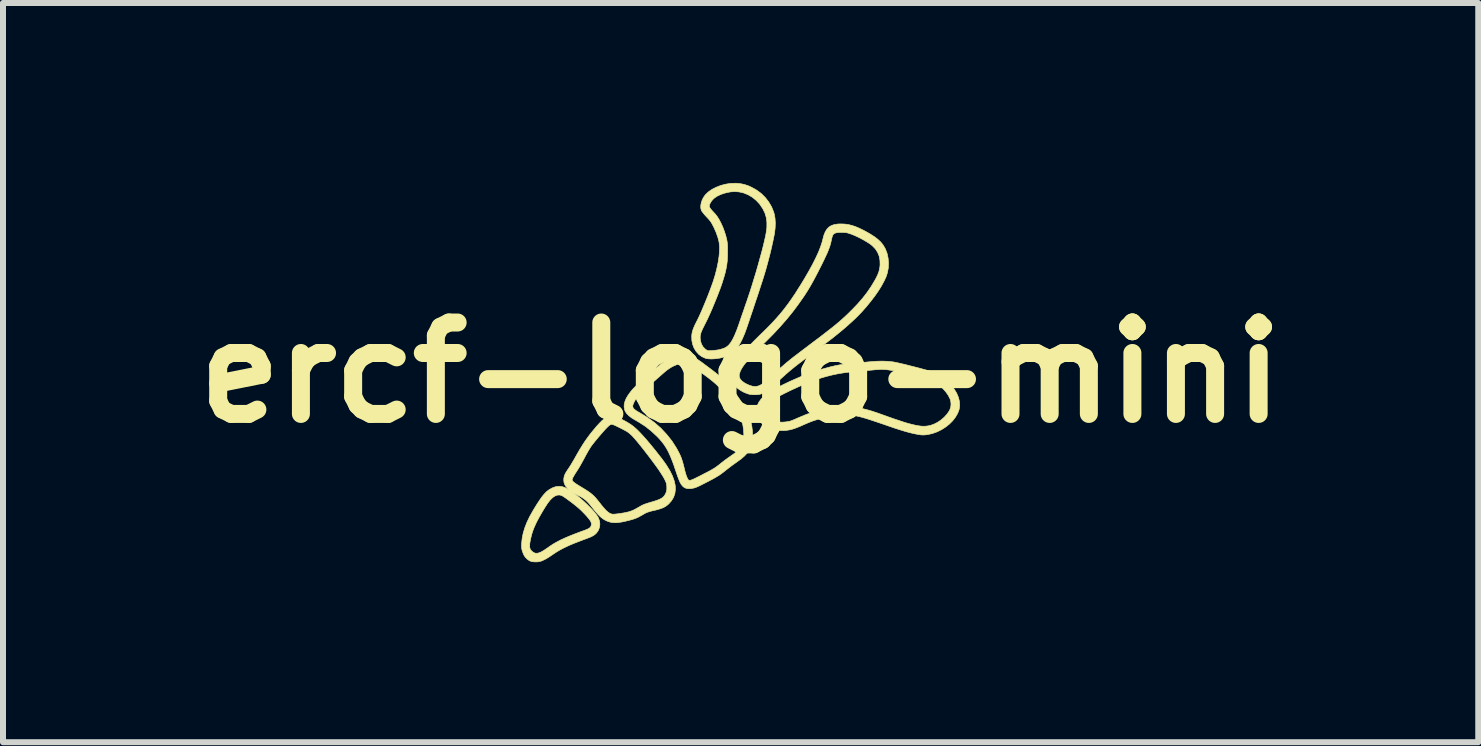
<source format=kicad_pcb>
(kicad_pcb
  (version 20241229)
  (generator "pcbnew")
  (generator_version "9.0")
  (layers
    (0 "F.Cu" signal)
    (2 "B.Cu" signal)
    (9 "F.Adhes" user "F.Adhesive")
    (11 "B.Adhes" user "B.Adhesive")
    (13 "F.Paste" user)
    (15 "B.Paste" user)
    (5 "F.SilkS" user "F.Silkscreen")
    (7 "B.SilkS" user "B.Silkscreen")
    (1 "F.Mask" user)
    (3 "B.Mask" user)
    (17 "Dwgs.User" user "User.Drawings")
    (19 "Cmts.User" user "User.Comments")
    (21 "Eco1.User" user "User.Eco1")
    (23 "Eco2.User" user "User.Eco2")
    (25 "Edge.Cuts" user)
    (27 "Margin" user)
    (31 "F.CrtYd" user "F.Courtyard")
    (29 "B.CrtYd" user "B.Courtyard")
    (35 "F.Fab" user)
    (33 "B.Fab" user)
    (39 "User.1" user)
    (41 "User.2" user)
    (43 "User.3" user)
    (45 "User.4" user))
  (footprint "ercf-logo-mini"
    (layer "F.Cu")
    (at 9.296 3.161)
    (property "Reference" "ercf-logo-mini" (at 0 0 0) (layer "F.SilkS") (effects (font (size 1.524 1.524) (thickness 0.3))))
    (attr through_hole)
    (fp_poly (pts (xy 2.443 -0.188) (xy 2.52 -0.181) (xy 2.561 -0.175) (xy 2.594 -0.168) (xy 2.637 -0.159) (xy 2.688 -0.147) (xy 2.745 -0.134) (xy 2.806 -0.118) (xy 2.869 -0.102) (xy 2.933 -0.086) (xy 2.994 -0.07) (xy 3.052 -0.054) (xy 3.104 -0.04) (xy 3.148 -0.027) (xy 3.183 -0.016) (xy 3.206 -0.008) (xy 3.295 0.033) (xy 3.374 0.082) (xy 3.446 0.142) (xy 3.509 0.207) (xy 3.561 0.275) (xy 3.602 0.343) (xy 3.631 0.412) (xy 3.648 0.48) (xy 3.652 0.547) (xy 3.644 0.611) (xy 3.642 0.618) (xy 3.618 0.681) (xy 3.582 0.743) (xy 3.536 0.803) (xy 3.481 0.858) (xy 3.418 0.908) (xy 3.349 0.952) (xy 3.276 0.988) (xy 3.2 1.015) (xy 3.123 1.033) (xy 3.075 1.039) (xy 3.048 1.04) (xy 3.024 1.04) (xy 3.01 1.039) (xy 2.95 1.03) (xy 2.885 1.017) (xy 2.814 1) (xy 2.735 0.978) (xy 2.647 0.951) (xy 2.548 0.919) (xy 2.482 0.896) (xy 2.381 0.861) (xy 2.293 0.831) (xy 2.215 0.805) (xy 2.146 0.782) (xy 2.086 0.763) (xy 2.032 0.748) (xy 1.985 0.735) (xy 1.942 0.726) (xy 1.902 0.718) (xy 1.865 0.713) (xy 1.828 0.71) (xy 1.792 0.708) (xy 1.754 0.708) (xy 1.713 0.709) (xy 1.696 0.709) (xy 1.633 0.712) (xy 1.577 0.716) (xy 1.525 0.723) (xy 1.471 0.733) (xy 1.412 0.746) (xy 1.363 0.758) (xy 1.296 0.777) (xy 1.236 0.796) (xy 1.176 0.817) (xy 1.114 0.842) (xy 1.05 0.87) (xy 0.98 0.901) (xy 0.919 0.925) (xy 0.865 0.943) (xy 0.816 0.955) (xy 0.768 0.963) (xy 0.721 0.967) (xy 0.671 0.966) (xy 0.656 0.966) (xy 0.571 0.956) (xy 0.497 0.938) (xy 0.433 0.91) (xy 0.379 0.873) (xy 0.334 0.826) (xy 0.302 0.773) (xy 0.279 0.72) (xy 0.266 0.671) (xy 0.265 0.641) (xy 0.406 0.641) (xy 0.406 0.641) (xy 0.416 0.685) (xy 0.436 0.725) (xy 0.463 0.759) (xy 0.472 0.767) (xy 0.516 0.793) (xy 0.569 0.811) (xy 0.629 0.823) (xy 0.694 0.827) (xy 0.759 0.822) (xy 0.825 0.81) (xy 0.826 0.809) (xy 0.842 0.804) (xy 0.868 0.794) (xy 0.9 0.781) (xy 0.936 0.765) (xy 0.961 0.754) (xy 1.095 0.698) (xy 1.228 0.651) (xy 1.36 0.614) (xy 1.489 0.588) (xy 1.614 0.571) (xy 1.734 0.566) (xy 1.833 0.57) (xy 1.902 0.577) (xy 1.972 0.588) (xy 2.043 0.603) (xy 2.118 0.622) (xy 2.199 0.646) (xy 2.289 0.676) (xy 2.348 0.697) (xy 2.459 0.737) (xy 2.558 0.772) (xy 2.646 0.801) (xy 2.724 0.827) (xy 2.794 0.848) (xy 2.856 0.864) (xy 2.911 0.877) (xy 2.96 0.886) (xy 3.003 0.892) (xy 3.043 0.895) (xy 3.08 0.894) (xy 3.115 0.89) (xy 3.148 0.884) (xy 3.16 0.882) (xy 3.221 0.861) (xy 3.283 0.83) (xy 3.342 0.79) (xy 3.396 0.743) (xy 3.442 0.692) (xy 3.478 0.639) (xy 3.486 0.625) (xy 3.503 0.576) (xy 3.508 0.524) (xy 3.502 0.473) (xy 3.493 0.442) (xy 3.46 0.377) (xy 3.416 0.315) (xy 3.362 0.256) (xy 3.3 0.203) (xy 3.232 0.158) (xy 3.202 0.142) (xy 3.173 0.128) (xy 3.144 0.115) (xy 3.113 0.103) (xy 3.079 0.092) (xy 3.04 0.08) (xy 2.995 0.068) (xy 2.943 0.055) (xy 2.883 0.04) (xy 2.812 0.024) (xy 2.729 0.007) (xy 2.697 -0.000401) (xy 2.623 -0.016) (xy 2.561 -0.028) (xy 2.507 -0.038) (xy 2.46 -0.045) (xy 2.419 -0.05) (xy 2.38 -0.052) (xy 2.342 -0.053) (xy 2.303 -0.051) (xy 2.26 -0.048) (xy 2.232 -0.046) (xy 2.184 -0.041) (xy 2.126 -0.036) (xy 2.066 -0.031) (xy 2.008 -0.026) (xy 1.974 -0.024) (xy 1.853 -0.013) (xy 1.74 0.001) (xy 1.632 0.018) (xy 1.527 0.04) (xy 1.424 0.066) (xy 1.319 0.097) (xy 1.212 0.134) (xy 1.1 0.178) (xy 0.982 0.229) (xy 0.855 0.287) (xy 0.823 0.302) (xy 0.733 0.346) (xy 0.655 0.386) (xy 0.589 0.423) (xy 0.535 0.458) (xy 0.491 0.49) (xy 0.457 0.521) (xy 0.432 0.552) (xy 0.416 0.581) (xy 0.407 0.611) (xy 0.406 0.641) (xy 0.265 0.641) (xy 0.264 0.625) (xy 0.267 0.594) (xy 0.281 0.542) (xy 0.306 0.491) (xy 0.341 0.443) (xy 0.388 0.395) (xy 0.446 0.349) (xy 0.517 0.302) (xy 0.601 0.255) (xy 0.627 0.241) (xy 0.816 0.15) (xy 0.998 0.07) (xy 1.173 0.003) (xy 1.343 -0.053) (xy 1.487 -0.093) (xy 1.563 -0.111) (xy 1.636 -0.126) (xy 1.708 -0.138) (xy 1.785 -0.148) (xy 1.868 -0.156) (xy 1.932 -0.161) (xy 1.984 -0.165) (xy 2.041 -0.17) (xy 2.099 -0.175) (xy 2.151 -0.18) (xy 2.183 -0.183) (xy 2.271 -0.189) (xy 2.359 -0.191) (xy 2.443 -0.188)) (stroke (width 0.01) (type solid)) (fill yes) (layer "F.SilkS"))
    (fp_poly (pts (xy -0.899 -0.293) (xy -0.856 -0.285) (xy -0.812 -0.27) (xy -0.766 -0.248) (xy -0.716 -0.218) (xy -0.659 -0.179) (xy -0.652 -0.174) (xy -0.577 -0.118) (xy -0.512 -0.07) (xy -0.456 -0.027) (xy -0.407 0.011) (xy -0.364 0.046) (xy -0.326 0.079) (xy -0.292 0.111) (xy -0.26 0.143) (xy -0.229 0.176) (xy -0.198 0.211) (xy -0.165 0.25) (xy -0.134 0.288) (xy -0.057 0.387) (xy 0.008 0.479) (xy 0.063 0.567) (xy 0.108 0.651) (xy 0.143 0.732) (xy 0.17 0.813) (xy 0.187 0.893) (xy 0.197 0.975) (xy 0.2 1.047) (xy 0.197 1.118) (xy 0.188 1.182) (xy 0.17 1.24) (xy 0.145 1.292) (xy 0.11 1.342) (xy 0.064 1.391) (xy 0.008 1.44) (xy -0.062 1.49) (xy -0.065 1.493) (xy -0.105 1.521) (xy -0.151 1.554) (xy -0.195 1.588) (xy -0.234 1.618) (xy -0.237 1.62) (xy -0.279 1.654) (xy -0.316 1.682) (xy -0.349 1.706) (xy -0.383 1.727) (xy -0.42 1.749) (xy -0.462 1.773) (xy -0.514 1.8) (xy -0.518 1.802) (xy -0.577 1.833) (xy -0.624 1.857) (xy -0.663 1.877) (xy -0.694 1.892) (xy -0.719 1.903) (xy -0.74 1.912) (xy -0.757 1.918) (xy -0.774 1.923) (xy -0.78 1.925) (xy -0.822 1.933) (xy -0.862 1.935) (xy -0.897 1.932) (xy -0.916 1.926) (xy -0.938 1.916) (xy -0.957 1.902) (xy -0.974 1.885) (xy -0.99 1.863) (xy -1.007 1.835) (xy -1.023 1.798) (xy -1.041 1.753) (xy -1.061 1.697) (xy -1.084 1.629) (xy -1.084 1.629) (xy -1.116 1.534) (xy -1.147 1.452) (xy -1.177 1.379) (xy -1.207 1.315) (xy -1.239 1.258) (xy -1.273 1.205) (xy -1.31 1.156) (xy -1.351 1.108) (xy -1.393 1.064) (xy -1.49 0.974) (xy -1.591 0.894) (xy -1.7 0.824) (xy -1.761 0.789) (xy -1.816 0.756) (xy -1.862 0.72) (xy -1.898 0.684) (xy -1.923 0.647) (xy -1.932 0.625) (xy -1.941 0.577) (xy -1.941 0.562) (xy -1.799 0.562) (xy -1.794 0.582) (xy -1.781 0.602) (xy -1.757 0.623) (xy -1.722 0.647) (xy -1.678 0.672) (xy -1.553 0.748) (xy -1.436 0.833) (xy -1.328 0.928) (xy -1.231 1.032) (xy -1.143 1.143) (xy -1.067 1.262) (xy -1.029 1.333) (xy -1.009 1.374) (xy -0.993 1.411) (xy -0.979 1.45) (xy -0.966 1.492) (xy -0.952 1.542) (xy -0.94 1.592) (xy -0.926 1.649) (xy -0.913 1.694) (xy -0.901 1.73) (xy -0.888 1.759) (xy -0.876 1.782) (xy -0.874 1.784) (xy -0.864 1.793) (xy -0.85 1.797) (xy -0.829 1.793) (xy -0.801 1.783) (xy -0.763 1.766) (xy -0.748 1.758) (xy -0.679 1.724) (xy -0.622 1.694) (xy -0.573 1.669) (xy -0.532 1.648) (xy -0.499 1.63) (xy -0.47 1.613) (xy -0.445 1.598) (xy -0.422 1.584) (xy -0.401 1.569) (xy -0.379 1.552) (xy -0.355 1.534) (xy -0.328 1.512) (xy -0.311 1.499) (xy -0.277 1.472) (xy -0.236 1.442) (xy -0.194 1.412) (xy -0.157 1.386) (xy -0.099 1.345) (xy -0.052 1.308) (xy -0.015 1.274) (xy 0.012 1.24) (xy 0.032 1.204) (xy 0.045 1.164) (xy 0.052 1.119) (xy 0.054 1.066) (xy 0.053 1.015) (xy 0.048 0.944) (xy 0.038 0.877) (xy 0.021 0.811) (xy -0.003 0.745) (xy -0.035 0.678) (xy -0.075 0.608) (xy -0.124 0.534) (xy -0.182 0.454) (xy -0.231 0.391) (xy -0.269 0.345) (xy -0.303 0.304) (xy -0.335 0.268) (xy -0.367 0.235) (xy -0.399 0.203) (xy -0.435 0.171) (xy -0.475 0.137) (xy -0.521 0.101) (xy -0.575 0.06) (xy -0.639 0.013) (xy -0.651 0.004) (xy -0.705 -0.036) (xy -0.749 -0.068) (xy -0.786 -0.093) (xy -0.817 -0.112) (xy -0.842 -0.127) (xy -0.865 -0.137) (xy -0.886 -0.145) (xy -0.906 -0.15) (xy -0.909 -0.151) (xy -0.956 -0.154) (xy -1.009 -0.148) (xy -1.066 -0.131) (xy -1.122 -0.107) (xy -1.15 -0.092) (xy -1.177 -0.076) (xy -1.205 -0.057) (xy -1.235 -0.035) (xy -1.27 -0.006) (xy -1.31 0.029) (xy -1.357 0.07) (xy -1.393 0.102) (xy -1.435 0.139) (xy -1.479 0.176) (xy -1.519 0.21) (xy -1.527 0.217) (xy -1.584 0.265) (xy -1.631 0.308) (xy -1.671 0.347) (xy -1.704 0.384) (xy -1.729 0.415) (xy -1.753 0.452) (xy -1.774 0.489) (xy -1.789 0.523) (xy -1.798 0.551) (xy -1.799 0.562) (xy -1.941 0.562) (xy -1.94 0.53) (xy -1.928 0.481) (xy -1.906 0.428) (xy -1.872 0.372) (xy -1.848 0.339) (xy -1.824 0.308) (xy -1.798 0.277) (xy -1.768 0.246) (xy -1.734 0.211) (xy -1.693 0.173) (xy -1.644 0.129) (xy -1.59 0.082) (xy -1.55 0.047) (xy -1.509 0.012) (xy -1.469 -0.023) (xy -1.433 -0.054) (xy -1.404 -0.079) (xy -1.398 -0.085) (xy -1.317 -0.151) (xy -1.239 -0.204) (xy -1.163 -0.245) (xy -1.088 -0.273) (xy -1.015 -0.29) (xy -0.944 -0.295) (xy -0.899 -0.293)) (stroke (width 0.01) (type solid)) (fill yes) (layer "F.SilkS"))
    (fp_poly (pts (xy -0.072 -3.156) (xy -0.001 -3.149) (xy 0.065 -3.135) (xy 0.131 -3.113) (xy 0.181 -3.09) (xy 0.267 -3.042) (xy 0.344 -2.985) (xy 0.412 -2.918) (xy 0.469 -2.844) (xy 0.516 -2.764) (xy 0.551 -2.678) (xy 0.561 -2.643) (xy 0.574 -2.573) (xy 0.579 -2.494) (xy 0.576 -2.409) (xy 0.565 -2.32) (xy 0.56 -2.293) (xy 0.539 -2.19) (xy 0.514 -2.077) (xy 0.486 -1.961) (xy 0.455 -1.843) (xy 0.424 -1.729) (xy 0.394 -1.628) (xy 0.381 -1.586) (xy 0.365 -1.536) (xy 0.346 -1.478) (xy 0.325 -1.414) (xy 0.303 -1.345) (xy 0.279 -1.273) (xy 0.254 -1.199) (xy 0.229 -1.124) (xy 0.205 -1.05) (xy 0.18 -0.977) (xy 0.157 -0.909) (xy 0.136 -0.845) (xy 0.116 -0.787) (xy 0.099 -0.737) (xy 0.084 -0.696) (xy 0.073 -0.665) (xy 0.066 -0.646) (xy 0.065 -0.645) (xy 0.029 -0.561) (xy -0.007 -0.489) (xy -0.044 -0.428) (xy -0.082 -0.378) (xy -0.124 -0.337) (xy -0.169 -0.304) (xy -0.22 -0.278) (xy -0.278 -0.258) (xy -0.343 -0.242) (xy -0.374 -0.237) (xy -0.43 -0.23) (xy -0.484 -0.227) (xy -0.533 -0.229) (xy -0.573 -0.235) (xy -0.587 -0.239) (xy -0.646 -0.266) (xy -0.698 -0.304) (xy -0.741 -0.352) (xy -0.775 -0.407) (xy -0.799 -0.469) (xy -0.813 -0.536) (xy -0.814 -0.58) (xy -0.674 -0.58) (xy -0.668 -0.526) (xy -0.652 -0.475) (xy -0.627 -0.431) (xy -0.593 -0.395) (xy -0.577 -0.383) (xy -0.562 -0.373) (xy -0.55 -0.368) (xy -0.536 -0.365) (xy -0.517 -0.365) (xy -0.49 -0.366) (xy -0.477 -0.367) (xy -0.441 -0.37) (xy -0.405 -0.374) (xy -0.374 -0.379) (xy -0.364 -0.38) (xy -0.332 -0.388) (xy -0.298 -0.399) (xy -0.278 -0.405) (xy -0.249 -0.419) (xy -0.221 -0.438) (xy -0.194 -0.463) (xy -0.169 -0.494) (xy -0.144 -0.533) (xy -0.118 -0.581) (xy -0.092 -0.639) (xy -0.064 -0.707) (xy -0.035 -0.787) (xy -0.007 -0.868) (xy 0.012 -0.924) (xy 0.033 -0.985) (xy 0.055 -1.048) (xy 0.075 -1.108) (xy 0.093 -1.16) (xy 0.096 -1.166) (xy 0.126 -1.256) (xy 0.158 -1.352) (xy 0.19 -1.452) (xy 0.221 -1.555) (xy 0.253 -1.659) (xy 0.283 -1.762) (xy 0.311 -1.863) (xy 0.338 -1.96) (xy 0.363 -2.052) (xy 0.384 -2.137) (xy 0.402 -2.214) (xy 0.417 -2.281) (xy 0.426 -2.33) (xy 0.438 -2.421) (xy 0.438 -2.506) (xy 0.428 -2.584) (xy 0.406 -2.658) (xy 0.372 -2.728) (xy 0.327 -2.796) (xy 0.32 -2.806) (xy 0.262 -2.869) (xy 0.197 -2.922) (xy 0.126 -2.964) (xy 0.052 -2.994) (xy -0.026 -3.012) (xy -0.105 -3.018) (xy -0.178 -3.011) (xy -0.26 -2.993) (xy -0.332 -2.969) (xy -0.394 -2.939) (xy -0.444 -2.904) (xy -0.482 -2.864) (xy -0.505 -2.827) (xy -0.514 -2.807) (xy -0.52 -2.791) (xy -0.522 -2.776) (xy -0.519 -2.762) (xy -0.511 -2.746) (xy -0.497 -2.726) (xy -0.476 -2.701) (xy -0.446 -2.669) (xy -0.421 -2.642) (xy -0.39 -2.602) (xy -0.358 -2.551) (xy -0.327 -2.492) (xy -0.297 -2.426) (xy -0.271 -2.357) (xy -0.248 -2.286) (xy -0.232 -2.223) (xy -0.227 -2.197) (xy -0.223 -2.173) (xy -0.22 -2.148) (xy -0.218 -2.12) (xy -0.217 -2.085) (xy -0.217 -2.041) (xy -0.217 -2.008) (xy -0.218 -1.932) (xy -0.222 -1.863) (xy -0.23 -1.796) (xy -0.242 -1.729) (xy -0.258 -1.659) (xy -0.28 -1.583) (xy -0.306 -1.498) (xy -0.309 -1.49) (xy -0.329 -1.431) (xy -0.354 -1.364) (xy -0.382 -1.291) (xy -0.413 -1.214) (xy -0.445 -1.136) (xy -0.477 -1.059) (xy -0.509 -0.986) (xy -0.54 -0.918) (xy -0.568 -0.859) (xy -0.593 -0.81) (xy -0.593 -0.81) (xy -0.62 -0.756) (xy -0.641 -0.712) (xy -0.657 -0.674) (xy -0.667 -0.643) (xy -0.672 -0.614) (xy -0.674 -0.586) (xy -0.674 -0.58) (xy -0.814 -0.58) (xy -0.815 -0.608) (xy -0.812 -0.641) (xy -0.806 -0.674) (xy -0.797 -0.707) (xy -0.783 -0.744) (xy -0.765 -0.787) (xy -0.74 -0.837) (xy -0.717 -0.882) (xy -0.698 -0.921) (xy -0.675 -0.971) (xy -0.649 -1.03) (xy -0.622 -1.094) (xy -0.593 -1.163) (xy -0.564 -1.234) (xy -0.536 -1.305) (xy -0.51 -1.373) (xy -0.486 -1.437) (xy -0.466 -1.494) (xy -0.457 -1.519) (xy -0.423 -1.629) (xy -0.396 -1.735) (xy -0.375 -1.836) (xy -0.36 -1.931) (xy -0.352 -2.019) (xy -0.351 -2.098) (xy -0.358 -2.167) (xy -0.36 -2.18) (xy -0.379 -2.254) (xy -0.408 -2.336) (xy -0.446 -2.422) (xy -0.459 -2.447) (xy -0.477 -2.481) (xy -0.493 -2.508) (xy -0.512 -2.533) (xy -0.534 -2.56) (xy -0.564 -2.592) (xy -0.569 -2.597) (xy -0.6 -2.631) (xy -0.625 -2.662) (xy -0.644 -2.687) (xy -0.654 -2.703) (xy -0.664 -2.742) (xy -0.664 -2.787) (xy -0.655 -2.835) (xy -0.638 -2.883) (xy -0.612 -2.93) (xy -0.584 -2.968) (xy -0.535 -3.014) (xy -0.475 -3.055) (xy -0.406 -3.09) (xy -0.332 -3.119) (xy -0.253 -3.14) (xy -0.173 -3.153) (xy -0.093 -3.156) (xy -0.072 -3.156)) (stroke (width 0.01) (type solid)) (fill yes) (layer "F.SilkS"))
    (fp_poly (pts (xy 1.734 -2.476) (xy 1.794 -2.468) (xy 1.856 -2.453) (xy 1.919 -2.432) (xy 1.986 -2.403) (xy 2.059 -2.367) (xy 2.14 -2.322) (xy 2.165 -2.307) (xy 2.232 -2.264) (xy 2.288 -2.221) (xy 2.334 -2.178) (xy 2.372 -2.132) (xy 2.403 -2.081) (xy 2.413 -2.062) (xy 2.442 -1.988) (xy 2.459 -1.908) (xy 2.466 -1.825) (xy 2.462 -1.741) (xy 2.446 -1.659) (xy 2.424 -1.593) (xy 2.39 -1.521) (xy 2.347 -1.442) (xy 2.295 -1.359) (xy 2.235 -1.273) (xy 2.169 -1.187) (xy 2.098 -1.1) (xy 2.024 -1.016) (xy 1.947 -0.936) (xy 1.886 -0.877) (xy 1.841 -0.836) (xy 1.798 -0.797) (xy 1.755 -0.759) (xy 1.712 -0.722) (xy 1.666 -0.684) (xy 1.618 -0.644) (xy 1.565 -0.602) (xy 1.507 -0.556) (xy 1.441 -0.506) (xy 1.368 -0.45) (xy 1.286 -0.388) (xy 1.233 -0.348) (xy 1.156 -0.291) (xy 1.089 -0.24) (xy 1.03 -0.195) (xy 0.979 -0.156) (xy 0.933 -0.121) (xy 0.892 -0.088) (xy 0.855 -0.058) (xy 0.82 -0.029) (xy 0.786 0.000133) (xy 0.751 0.03) (xy 0.715 0.063) (xy 0.676 0.098) (xy 0.633 0.138) (xy 0.597 0.171) (xy 0.549 0.215) (xy 0.508 0.25) (xy 0.474 0.278) (xy 0.443 0.301) (xy 0.414 0.32) (xy 0.384 0.336) (xy 0.371 0.342) (xy 0.346 0.354) (xy 0.326 0.361) (xy 0.306 0.365) (xy 0.282 0.368) (xy 0.249 0.369) (xy 0.247 0.369) (xy 0.204 0.369) (xy 0.17 0.366) (xy 0.141 0.36) (xy 0.132 0.358) (xy 0.064 0.333) (xy 0.001 0.299) (xy -0.055 0.259) (xy -0.102 0.213) (xy -0.137 0.164) (xy -0.144 0.151) (xy -0.158 0.112) (xy -0.164 0.066) (xy -0.163 0.038) (xy -0.023 0.038) (xy -0.021 0.073) (xy -0.007 0.107) (xy 0.021 0.139) (xy 0.062 0.17) (xy 0.096 0.189) (xy 0.152 0.214) (xy 0.201 0.228) (xy 0.246 0.232) (xy 0.287 0.226) (xy 0.32 0.213) (xy 0.337 0.204) (xy 0.354 0.194) (xy 0.373 0.18) (xy 0.395 0.163) (xy 0.421 0.142) (xy 0.452 0.115) (xy 0.49 0.081) (xy 0.535 0.04) (xy 0.59 -0.009) (xy 0.59 -0.01) (xy 0.63 -0.046) (xy 0.666 -0.079) (xy 0.701 -0.109) (xy 0.734 -0.138) (xy 0.768 -0.167) (xy 0.804 -0.196) (xy 0.842 -0.227) (xy 0.885 -0.261) (xy 0.934 -0.298) (xy 0.989 -0.34) (xy 1.052 -0.388) (xy 1.125 -0.443) (xy 1.155 -0.466) (xy 1.248 -0.536) (xy 1.331 -0.598) (xy 1.404 -0.655) (xy 1.47 -0.706) (xy 1.529 -0.752) (xy 1.582 -0.795) (xy 1.63 -0.835) (xy 1.674 -0.873) (xy 1.716 -0.911) (xy 1.756 -0.948) (xy 1.796 -0.986) (xy 1.836 -1.026) (xy 1.854 -1.043) (xy 1.949 -1.142) (xy 2.032 -1.237) (xy 2.106 -1.332) (xy 2.172 -1.428) (xy 2.232 -1.527) (xy 2.257 -1.572) (xy 2.287 -1.634) (xy 2.308 -1.691) (xy 2.32 -1.748) (xy 2.325 -1.795) (xy 2.323 -1.871) (xy 2.31 -1.942) (xy 2.283 -2.006) (xy 2.245 -2.064) (xy 2.194 -2.116) (xy 2.154 -2.147) (xy 2.107 -2.177) (xy 2.053 -2.209) (xy 1.996 -2.24) (xy 1.939 -2.268) (xy 1.885 -2.292) (xy 1.839 -2.31) (xy 1.838 -2.31) (xy 1.802 -2.322) (xy 1.775 -2.33) (xy 1.75 -2.334) (xy 1.723 -2.336) (xy 1.688 -2.337) (xy 1.685 -2.337) (xy 1.635 -2.336) (xy 1.597 -2.331) (xy 1.569 -2.322) (xy 1.549 -2.308) (xy 1.536 -2.29) (xy 1.536 -2.289) (xy 1.53 -2.273) (xy 1.522 -2.247) (xy 1.515 -2.215) (xy 1.51 -2.192) (xy 1.502 -2.157) (xy 1.492 -2.121) (xy 1.479 -2.082) (xy 1.463 -2.04) (xy 1.444 -1.993) (xy 1.419 -1.94) (xy 1.39 -1.878) (xy 1.355 -1.806) (xy 1.325 -1.747) (xy 1.283 -1.664) (xy 1.245 -1.592) (xy 1.211 -1.528) (xy 1.179 -1.471) (xy 1.149 -1.419) (xy 1.119 -1.369) (xy 1.087 -1.319) (xy 1.055 -1.27) (xy 0.966 -1.143) (xy 0.873 -1.018) (xy 0.774 -0.896) (xy 0.667 -0.773) (xy 0.551 -0.648) (xy 0.424 -0.52) (xy 0.37 -0.467) (xy 0.289 -0.387) (xy 0.219 -0.315) (xy 0.158 -0.25) (xy 0.108 -0.192) (xy 0.066 -0.139) (xy 0.032 -0.091) (xy 0.007 -0.048) (xy -0.01 -0.009) (xy -0.021 0.027) (xy -0.023 0.038) (xy -0.163 0.038) (xy -0.162 0.016) (xy -0.152 -0.032) (xy -0.152 -0.032) (xy -0.137 -0.073) (xy -0.117 -0.116) (xy -0.09 -0.162) (xy -0.057 -0.211) (xy -0.017 -0.264) (xy 0.031 -0.322) (xy 0.087 -0.385) (xy 0.152 -0.454) (xy 0.226 -0.53) (xy 0.311 -0.614) (xy 0.347 -0.649) (xy 0.438 -0.738) (xy 0.52 -0.822) (xy 0.594 -0.902) (xy 0.662 -0.98) (xy 0.726 -1.059) (xy 0.788 -1.141) (xy 0.85 -1.228) (xy 0.913 -1.321) (xy 0.978 -1.425) (xy 0.981 -1.428) (xy 1.064 -1.564) (xy 1.137 -1.69) (xy 1.201 -1.807) (xy 1.255 -1.914) (xy 1.3 -2.012) (xy 1.334 -2.1) (xy 1.36 -2.179) (xy 1.37 -2.219) (xy 1.388 -2.288) (xy 1.411 -2.346) (xy 1.439 -2.391) (xy 1.473 -2.426) (xy 1.515 -2.452) (xy 1.565 -2.468) (xy 1.624 -2.477) (xy 1.672 -2.478) (xy 1.734 -2.476)) (stroke (width 0.01) (type solid)) (fill yes) (layer "F.SilkS"))
    (fp_poly (pts (xy -2.124 0.719) (xy -2.11 0.721) (xy -2.094 0.725) (xy -2.075 0.733) (xy -2.05 0.744) (xy -2.017 0.761) (xy -1.988 0.776) (xy -1.928 0.807) (xy -1.879 0.835) (xy -1.836 0.862) (xy -1.798 0.889) (xy -1.762 0.919) (xy -1.724 0.953) (xy -1.695 0.982) (xy -1.659 1.02) (xy -1.616 1.067) (xy -1.568 1.121) (xy -1.517 1.181) (xy -1.465 1.244) (xy -1.414 1.307) (xy -1.364 1.371) (xy -1.317 1.431) (xy -1.276 1.486) (xy -1.242 1.535) (xy -1.233 1.548) (xy -1.178 1.638) (xy -1.136 1.723) (xy -1.107 1.804) (xy -1.09 1.88) (xy -1.087 1.951) (xy -1.096 2.018) (xy -1.118 2.081) (xy -1.153 2.138) (xy -1.199 2.19) (xy -1.23 2.216) (xy -1.263 2.238) (xy -1.299 2.256) (xy -1.343 2.272) (xy -1.396 2.287) (xy -1.431 2.296) (xy -1.476 2.306) (xy -1.511 2.315) (xy -1.539 2.324) (xy -1.564 2.333) (xy -1.588 2.344) (xy -1.614 2.359) (xy -1.647 2.378) (xy -1.647 2.378) (xy -1.683 2.398) (xy -1.714 2.415) (xy -1.746 2.428) (xy -1.781 2.441) (xy -1.822 2.453) (xy -1.872 2.467) (xy -1.879 2.468) (xy -1.954 2.486) (xy -2.019 2.497) (xy -2.076 2.503) (xy -2.126 2.501) (xy -2.171 2.494) (xy -2.215 2.48) (xy -2.241 2.469) (xy -2.273 2.452) (xy -2.304 2.431) (xy -2.335 2.406) (xy -2.367 2.375) (xy -2.402 2.337) (xy -2.441 2.289) (xy -2.48 2.241) (xy -2.518 2.193) (xy -2.552 2.156) (xy -2.585 2.125) (xy -2.62 2.098) (xy -2.659 2.073) (xy -2.705 2.048) (xy -2.734 2.034) (xy -2.756 2.023) (xy -2.771 2.016) (xy -2.775 2.015) (xy -2.774 2.017) (xy -2.723 2.054) (xy -2.668 2.099) (xy -2.611 2.149) (xy -2.557 2.2) (xy -2.533 2.224) (xy -2.478 2.28) (xy -2.434 2.33) (xy -2.401 2.373) (xy -2.377 2.409) (xy -2.367 2.429) (xy -2.35 2.481) (xy -2.346 2.534) (xy -2.354 2.586) (xy -2.373 2.634) (xy -2.404 2.676) (xy -2.408 2.68) (xy -2.425 2.696) (xy -2.443 2.71) (xy -2.465 2.723) (xy -2.491 2.737) (xy -2.526 2.751) (xy -2.569 2.768) (xy -2.611 2.783) (xy -2.703 2.818) (xy -2.785 2.85) (xy -2.856 2.88) (xy -2.92 2.91) (xy -2.978 2.939) (xy -3.032 2.969) (xy -3.084 3.001) (xy -3.136 3.036) (xy -3.137 3.037) (xy -3.203 3.081) (xy -3.262 3.115) (xy -3.313 3.139) (xy -3.35 3.15) (xy -3.39 3.156) (xy -3.434 3.156) (xy -3.476 3.152) (xy -3.495 3.147) (xy -3.526 3.133) (xy -3.558 3.109) (xy -3.587 3.08) (xy -3.607 3.052) (xy -3.617 3.031) (xy -3.629 3.003) (xy -3.639 2.973) (xy -3.639 2.973) (xy -3.646 2.949) (xy -3.65 2.927) (xy -3.651 2.905) (xy -3.651 2.881) (xy -3.517 2.881) (xy -3.515 2.914) (xy -3.508 2.94) (xy -3.494 2.962) (xy -3.487 2.97) (xy -3.455 2.997) (xy -3.423 3.011) (xy -3.388 3.012) (xy -3.348 3.001) (xy -3.333 2.994) (xy -3.31 2.982) (xy -3.28 2.964) (xy -3.248 2.943) (xy -3.226 2.928) (xy -3.174 2.891) (xy -3.128 2.861) (xy -3.082 2.834) (xy -3.033 2.808) (xy -3.001 2.791) (xy -2.96 2.772) (xy -2.909 2.749) (xy -2.852 2.725) (xy -2.79 2.7) (xy -2.727 2.676) (xy -2.667 2.653) (xy -2.63 2.64) (xy -2.584 2.623) (xy -2.55 2.609) (xy -2.525 2.595) (xy -2.508 2.582) (xy -2.497 2.567) (xy -2.496 2.564) (xy -2.487 2.538) (xy -2.487 2.513) (xy -2.497 2.485) (xy -2.499 2.482) (xy -2.512 2.46) (xy -2.534 2.432) (xy -2.562 2.398) (xy -2.595 2.362) (xy -2.631 2.325) (xy -2.667 2.289) (xy -2.703 2.257) (xy -2.706 2.254) (xy -2.74 2.226) (xy -2.777 2.196) (xy -2.818 2.164) (xy -2.859 2.134) (xy -2.898 2.105) (xy -2.932 2.081) (xy -2.96 2.063) (xy -2.976 2.053) (xy -3.013 2.041) (xy -3.051 2.042) (xy -3.091 2.056) (xy -3.132 2.083) (xy -3.173 2.123) (xy -3.215 2.176) (xy -3.224 2.19) (xy -3.257 2.241) (xy -3.292 2.298) (xy -3.327 2.358) (xy -3.361 2.417) (xy -3.39 2.472) (xy -3.412 2.516) (xy -3.442 2.582) (xy -3.465 2.643) (xy -3.484 2.704) (xy -3.5 2.771) (xy -3.504 2.788) (xy -3.513 2.84) (xy -3.517 2.881) (xy -3.651 2.881) (xy -3.651 2.877) (xy -3.65 2.843) (xy -3.641 2.76) (xy -3.624 2.676) (xy -3.598 2.589) (xy -3.563 2.499) (xy -3.518 2.404) (xy -3.462 2.304) (xy -3.396 2.196) (xy -3.381 2.173) (xy -3.344 2.117) (xy -3.311 2.071) (xy -3.282 2.035) (xy -3.255 2.005) (xy -3.242 1.993) (xy -2.807 1.993) (xy -2.805 1.997) (xy -2.798 2.004) (xy -2.794 2.002) (xy -2.794 2.002) (xy -2.799 1.996) (xy -2.802 1.994) (xy -2.807 1.993) (xy -3.242 1.993) (xy -3.228 1.98) (xy -3.202 1.959) (xy -3.144 1.925) (xy -3.086 1.903) (xy -3.03 1.896) (xy -2.974 1.901) (xy -2.921 1.92) (xy -2.883 1.943) (xy -2.87 1.951) (xy -2.866 1.953) (xy -2.87 1.947) (xy -2.883 1.933) (xy -2.888 1.928) (xy -2.917 1.892) (xy -2.935 1.859) (xy -2.945 1.826) (xy -2.948 1.79) (xy -2.808 1.79) (xy -2.804 1.802) (xy -2.792 1.817) (xy -2.771 1.835) (xy -2.74 1.857) (xy -2.699 1.883) (xy -2.659 1.907) (xy -2.6 1.943) (xy -2.551 1.974) (xy -2.511 2.002) (xy -2.476 2.03) (xy -2.445 2.058) (xy -2.415 2.09) (xy -2.385 2.126) (xy -2.36 2.157) (xy -2.315 2.215) (xy -2.275 2.262) (xy -2.241 2.299) (xy -2.21 2.326) (xy -2.182 2.345) (xy -2.156 2.356) (xy -2.13 2.361) (xy -2.125 2.361) (xy -2.108 2.36) (xy -2.08 2.358) (xy -2.047 2.354) (xy -2.01 2.349) (xy -2.005 2.348) (xy -1.946 2.339) (xy -1.898 2.329) (xy -1.856 2.319) (xy -1.819 2.306) (xy -1.781 2.29) (xy -1.742 2.269) (xy -1.696 2.243) (xy -1.692 2.241) (xy -1.664 2.224) (xy -1.637 2.21) (xy -1.61 2.198) (xy -1.579 2.187) (xy -1.542 2.175) (xy -1.496 2.161) (xy -1.463 2.152) (xy -1.404 2.133) (xy -1.356 2.115) (xy -1.319 2.096) (xy -1.29 2.075) (xy -1.268 2.049) (xy -1.251 2.02) (xy -1.242 1.998) (xy -1.234 1.972) (xy -1.23 1.945) (xy -1.23 1.913) (xy -1.23 1.905) (xy -1.232 1.876) (xy -1.236 1.852) (xy -1.244 1.828) (xy -1.257 1.799) (xy -1.26 1.792) (xy -1.284 1.746) (xy -1.318 1.692) (xy -1.36 1.627) (xy -1.412 1.554) (xy -1.474 1.47) (xy -1.544 1.377) (xy -1.624 1.274) (xy -1.66 1.229) (xy -1.709 1.168) (xy -1.751 1.118) (xy -1.787 1.077) (xy -1.819 1.044) (xy -1.848 1.018) (xy -1.874 0.997) (xy -1.89 0.986) (xy -1.908 0.975) (xy -1.936 0.96) (xy -1.97 0.942) (xy -2.008 0.923) (xy -2.034 0.91) (xy -2.075 0.89) (xy -2.107 0.875) (xy -2.13 0.867) (xy -2.149 0.863) (xy -2.164 0.865) (xy -2.178 0.873) (xy -2.194 0.885) (xy -2.208 0.898) (xy -2.229 0.918) (xy -2.256 0.946) (xy -2.288 0.982) (xy -2.323 1.022) (xy -2.359 1.064) (xy -2.395 1.107) (xy -2.429 1.148) (xy -2.459 1.186) (xy -2.484 1.218) (xy -2.499 1.24) (xy -2.517 1.269) (xy -2.54 1.307) (xy -2.564 1.35) (xy -2.589 1.395) (xy -2.608 1.432) (xy -2.633 1.477) (xy -2.66 1.526) (xy -2.687 1.573) (xy -2.713 1.616) (xy -2.73 1.642) (xy -2.759 1.687) (xy -2.78 1.722) (xy -2.795 1.749) (xy -2.804 1.77) (xy -2.808 1.786) (xy -2.808 1.79) (xy -2.948 1.79) (xy -2.948 1.788) (xy -2.946 1.758) (xy -2.94 1.729) (xy -2.929 1.698) (xy -2.911 1.664) (xy -2.885 1.623) (xy -2.867 1.597) (xy -2.848 1.568) (xy -2.824 1.53) (xy -2.8 1.489) (xy -2.776 1.449) (xy -2.77 1.438) (xy -2.721 1.351) (xy -2.676 1.274) (xy -2.634 1.206) (xy -2.593 1.143) (xy -2.551 1.084) (xy -2.508 1.026) (xy -2.461 0.968) (xy -2.41 0.907) (xy -2.408 0.904) (xy -2.358 0.849) (xy -2.314 0.804) (xy -2.274 0.77) (xy -2.237 0.745) (xy -2.202 0.729) (xy -2.167 0.72) (xy -2.139 0.719) (xy -2.124 0.719)) (stroke (width 0.01) (type solid)) (fill yes) (layer "F.SilkS")))
  (gr_rect
    (start -3 -3)
    (end 21.593 9.323)
    (stroke (width 0.1) (type default))
    (fill no)
    (layer "Edge.Cuts")))
</source>
